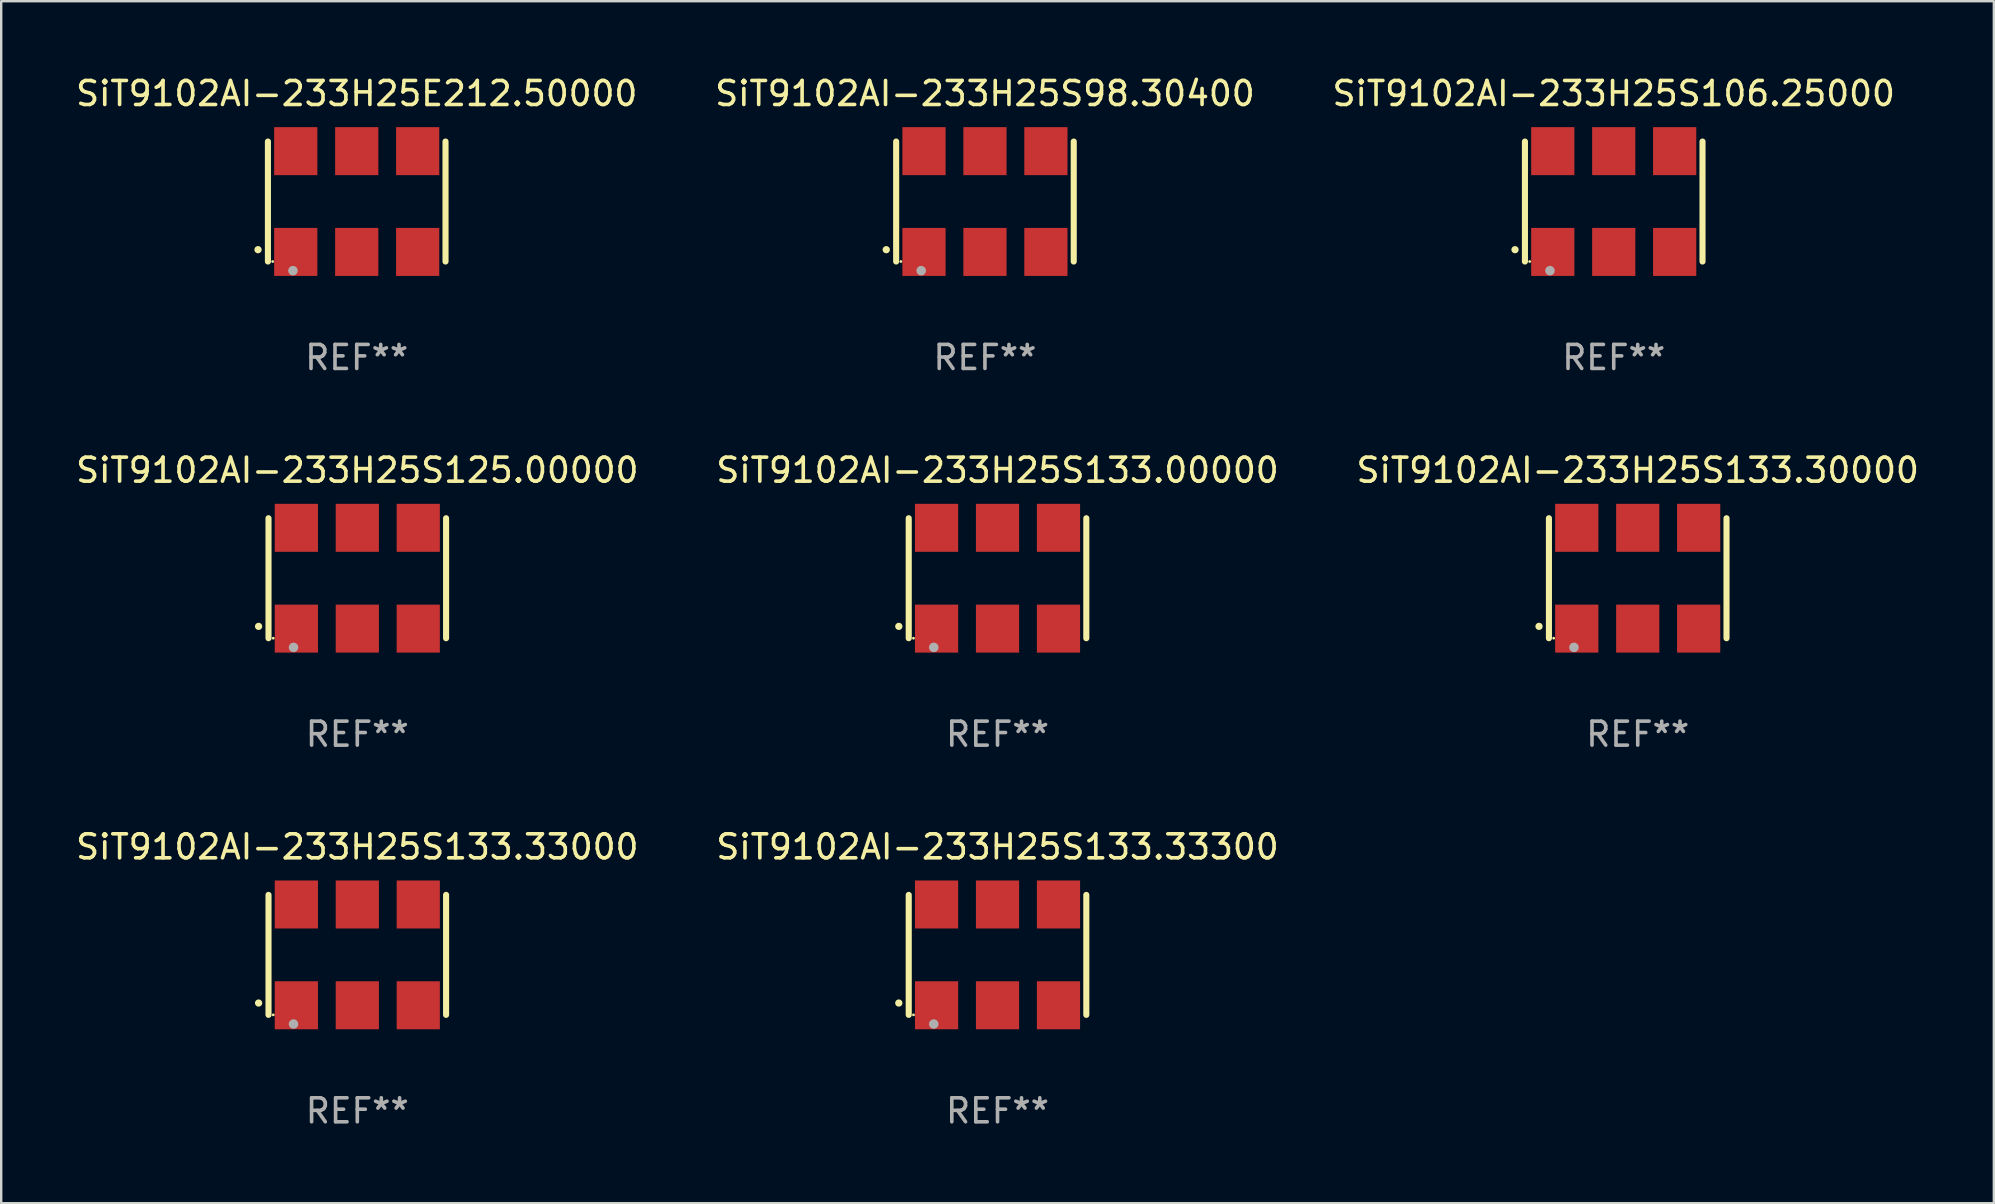
<source format=kicad_pcb>
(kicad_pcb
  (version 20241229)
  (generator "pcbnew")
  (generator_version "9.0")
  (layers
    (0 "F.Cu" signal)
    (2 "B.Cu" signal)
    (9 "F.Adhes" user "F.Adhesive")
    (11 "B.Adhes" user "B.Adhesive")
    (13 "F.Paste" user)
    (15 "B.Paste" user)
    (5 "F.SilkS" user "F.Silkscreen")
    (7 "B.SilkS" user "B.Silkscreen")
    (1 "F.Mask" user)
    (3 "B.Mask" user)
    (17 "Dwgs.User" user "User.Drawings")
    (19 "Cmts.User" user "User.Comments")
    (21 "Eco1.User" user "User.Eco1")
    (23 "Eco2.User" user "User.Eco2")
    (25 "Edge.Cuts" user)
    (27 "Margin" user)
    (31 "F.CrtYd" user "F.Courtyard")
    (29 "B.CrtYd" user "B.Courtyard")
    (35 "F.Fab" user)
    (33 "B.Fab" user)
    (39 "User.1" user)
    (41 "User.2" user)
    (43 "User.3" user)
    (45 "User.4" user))
  (footprint "SiT9102AI-233H25S133.33300"
    (layer "F.Cu")
    (at 38.518 36.741)
    (property "Reference" "SiT9102AI-233H25S133.33300" (at 0 -4.5 0) (layer "F.SilkS") (effects (font (size 1 1) (thickness 0.15))))
    (attr through_hole)
    (fp_line (start -3.7 -2.5) (end -3.7 2.5) (stroke (width 0.254) (type solid)) (layer "F.SilkS"))
    (fp_line (start 3.7 -2.5) (end 3.7 2.5) (stroke (width 0.254) (type solid)) (layer "F.SilkS"))
    (fp_arc (start -4.114415 2.006604) (mid -4.113145 2.006599) (end -4.111875 2.006604) (stroke (width 0.3) (type solid)) (layer "F.SilkS"))
    (fp_circle (center -3.502 2.5) (end -3.472 2.5) (stroke (width 0.06) (type solid)) (fill no) (layer "F.SilkS"))
    (fp_circle (center -2.657 2.882) (end -2.557 2.882) (stroke (width 0.2) (type solid)) (fill no) (layer "F.Fab"))
    (fp_text user "REF**" (at 0 6.5 0) (layer "F.Fab") (effects (font (size 1 1) (thickness 0.15))))
    (pad "1" smd rect (at -2.54 2.1) (size 1.8 2) (layers "F.Cu" "F.Mask" "F.Paste"))
    (pad "2" smd rect (at 0.000394 2.1) (size 1.8 2) (layers "F.Cu" "F.Mask" "F.Paste"))
    (pad "3" smd rect (at 2.54 2.1) (size 1.8 2) (layers "F.Cu" "F.Mask" "F.Paste"))
    (pad "4" smd rect (at 2.54 -2.1) (size 1.8 2) (layers "F.Cu" "F.Mask" "F.Paste"))
    (pad "5" smd rect (at 0.000394 -2.1) (size 1.8 2) (layers "F.Cu" "F.Mask" "F.Paste"))
    (pad "6" smd rect (at -2.54 -2.1) (size 1.8 2) (layers "F.Cu" "F.Mask" "F.Paste")))
  (footprint "SiT9102AI-233H25S133.00000"
    (layer "F.Cu")
    (at 38.518 21.045)
    (property "Reference" "SiT9102AI-233H25S133.00000" (at 0 -4.5 0) (layer "F.SilkS") (effects (font (size 1 1) (thickness 0.15))))
    (attr through_hole)
    (fp_line (start -3.7 -2.5) (end -3.7 2.5) (stroke (width 0.254) (type solid)) (layer "F.SilkS"))
    (fp_line (start 3.7 -2.5) (end 3.7 2.5) (stroke (width 0.254) (type solid)) (layer "F.SilkS"))
    (fp_arc (start -4.114415 2.006604) (mid -4.113145 2.006599) (end -4.111875 2.006604) (stroke (width 0.3) (type solid)) (layer "F.SilkS"))
    (fp_circle (center -3.502 2.5) (end -3.472 2.5) (stroke (width 0.06) (type solid)) (fill no) (layer "F.SilkS"))
    (fp_circle (center -2.657 2.882) (end -2.557 2.882) (stroke (width 0.2) (type solid)) (fill no) (layer "F.Fab"))
    (fp_text user "REF**" (at 0 6.5 0) (layer "F.Fab") (effects (font (size 1 1) (thickness 0.15))))
    (pad "1" smd rect (at -2.54 2.1) (size 1.8 2) (layers "F.Cu" "F.Mask" "F.Paste"))
    (pad "2" smd rect (at 0.000394 2.1) (size 1.8 2) (layers "F.Cu" "F.Mask" "F.Paste"))
    (pad "3" smd rect (at 2.54 2.1) (size 1.8 2) (layers "F.Cu" "F.Mask" "F.Paste"))
    (pad "4" smd rect (at 2.54 -2.1) (size 1.8 2) (layers "F.Cu" "F.Mask" "F.Paste"))
    (pad "5" smd rect (at 0.000394 -2.1) (size 1.8 2) (layers "F.Cu" "F.Mask" "F.Paste"))
    (pad "6" smd rect (at -2.54 -2.1) (size 1.8 2) (layers "F.Cu" "F.Mask" "F.Paste")))
  (footprint "SiT9102AI-233H25S133.33000"
    (layer "F.Cu")
    (at 11.839 36.741)
    (property "Reference" "SiT9102AI-233H25S133.33000" (at 0 -4.5 0) (layer "F.SilkS") (effects (font (size 1 1) (thickness 0.15))))
    (attr through_hole)
    (fp_line (start -3.7 -2.5) (end -3.7 2.5) (stroke (width 0.254) (type solid)) (layer "F.SilkS"))
    (fp_line (start 3.7 -2.5) (end 3.7 2.5) (stroke (width 0.254) (type solid)) (layer "F.SilkS"))
    (fp_arc (start -4.114415 2.006604) (mid -4.113145 2.006599) (end -4.111875 2.006604) (stroke (width 0.3) (type solid)) (layer "F.SilkS"))
    (fp_circle (center -3.502 2.5) (end -3.472 2.5) (stroke (width 0.06) (type solid)) (fill no) (layer "F.SilkS"))
    (fp_circle (center -2.657 2.882) (end -2.557 2.882) (stroke (width 0.2) (type solid)) (fill no) (layer "F.Fab"))
    (fp_text user "REF**" (at 0 6.5 0) (layer "F.Fab") (effects (font (size 1 1) (thickness 0.15))))
    (pad "1" smd rect (at -2.54 2.1) (size 1.8 2) (layers "F.Cu" "F.Mask" "F.Paste"))
    (pad "2" smd rect (at 0.000394 2.1) (size 1.8 2) (layers "F.Cu" "F.Mask" "F.Paste"))
    (pad "3" smd rect (at 2.54 2.1) (size 1.8 2) (layers "F.Cu" "F.Mask" "F.Paste"))
    (pad "4" smd rect (at 2.54 -2.1) (size 1.8 2) (layers "F.Cu" "F.Mask" "F.Paste"))
    (pad "5" smd rect (at 0.000394 -2.1) (size 1.8 2) (layers "F.Cu" "F.Mask" "F.Paste"))
    (pad "6" smd rect (at -2.54 -2.1) (size 1.8 2) (layers "F.Cu" "F.Mask" "F.Paste")))
  (footprint "SiT9102AI-233H25S106.25000"
    (layer "F.Cu")
    (at 64.196 5.348)
    (property "Reference" "SiT9102AI-233H25S106.25000" (at 0 -4.5 0) (layer "F.SilkS") (effects (font (size 1 1) (thickness 0.15))))
    (attr through_hole)
    (fp_line (start -3.7 -2.5) (end -3.7 2.5) (stroke (width 0.254) (type solid)) (layer "F.SilkS"))
    (fp_line (start 3.7 -2.5) (end 3.7 2.5) (stroke (width 0.254) (type solid)) (layer "F.SilkS"))
    (fp_arc (start -4.114415 2.006604) (mid -4.113145 2.006599) (end -4.111875 2.006604) (stroke (width 0.3) (type solid)) (layer "F.SilkS"))
    (fp_circle (center -3.502 2.5) (end -3.472 2.5) (stroke (width 0.06) (type solid)) (fill no) (layer "F.SilkS"))
    (fp_circle (center -2.657 2.882) (end -2.557 2.882) (stroke (width 0.2) (type solid)) (fill no) (layer "F.Fab"))
    (fp_text user "REF**" (at 0 6.5 0) (layer "F.Fab") (effects (font (size 1 1) (thickness 0.15))))
    (pad "1" smd rect (at -2.54 2.1) (size 1.8 2) (layers "F.Cu" "F.Mask" "F.Paste"))
    (pad "2" smd rect (at 0.000394 2.1) (size 1.8 2) (layers "F.Cu" "F.Mask" "F.Paste"))
    (pad "3" smd rect (at 2.54 2.1) (size 1.8 2) (layers "F.Cu" "F.Mask" "F.Paste"))
    (pad "4" smd rect (at 2.54 -2.1) (size 1.8 2) (layers "F.Cu" "F.Mask" "F.Paste"))
    (pad "5" smd rect (at 0.000394 -2.1) (size 1.8 2) (layers "F.Cu" "F.Mask" "F.Paste"))
    (pad "6" smd rect (at -2.54 -2.1) (size 1.8 2) (layers "F.Cu" "F.Mask" "F.Paste")))
  (footprint "SiT9102AI-233H25E212.50000"
    (layer "F.Cu")
    (at 11.815 5.348)
    (property "Reference" "SiT9102AI-233H25E212.50000" (at 0 -4.5 0) (layer "F.SilkS") (effects (font (size 1 1) (thickness 0.15))))
    (attr through_hole)
    (fp_line (start -3.7 -2.5) (end -3.7 2.5) (stroke (width 0.254) (type solid)) (layer "F.SilkS"))
    (fp_line (start 3.7 -2.5) (end 3.7 2.5) (stroke (width 0.254) (type solid)) (layer "F.SilkS"))
    (fp_arc (start -4.114415 2.006604) (mid -4.113145 2.006599) (end -4.111875 2.006604) (stroke (width 0.3) (type solid)) (layer "F.SilkS"))
    (fp_circle (center -3.502 2.5) (end -3.472 2.5) (stroke (width 0.06) (type solid)) (fill no) (layer "F.SilkS"))
    (fp_circle (center -2.657 2.882) (end -2.557 2.882) (stroke (width 0.2) (type solid)) (fill no) (layer "F.Fab"))
    (fp_text user "REF**" (at 0 6.5 0) (layer "F.Fab") (effects (font (size 1 1) (thickness 0.15))))
    (pad "1" smd rect (at -2.54 2.1) (size 1.8 2) (layers "F.Cu" "F.Mask" "F.Paste"))
    (pad "2" smd rect (at 0.000394 2.1) (size 1.8 2) (layers "F.Cu" "F.Mask" "F.Paste"))
    (pad "3" smd rect (at 2.54 2.1) (size 1.8 2) (layers "F.Cu" "F.Mask" "F.Paste"))
    (pad "4" smd rect (at 2.54 -2.1) (size 1.8 2) (layers "F.Cu" "F.Mask" "F.Paste"))
    (pad "5" smd rect (at 0.000394 -2.1) (size 1.8 2) (layers "F.Cu" "F.Mask" "F.Paste"))
    (pad "6" smd rect (at -2.54 -2.1) (size 1.8 2) (layers "F.Cu" "F.Mask" "F.Paste")))
  (footprint "SiT9102AI-233H25S98.30400"
    (layer "F.Cu")
    (at 37.994 5.348)
    (property "Reference" "SiT9102AI-233H25S98.30400" (at 0 -4.5 0) (layer "F.SilkS") (effects (font (size 1 1) (thickness 0.15))))
    (attr through_hole)
    (fp_line (start -3.7 -2.5) (end -3.7 2.5) (stroke (width 0.254) (type solid)) (layer "F.SilkS"))
    (fp_line (start 3.7 -2.5) (end 3.7 2.5) (stroke (width 0.254) (type solid)) (layer "F.SilkS"))
    (fp_arc (start -4.114415 2.006604) (mid -4.113145 2.006599) (end -4.111875 2.006604) (stroke (width 0.3) (type solid)) (layer "F.SilkS"))
    (fp_circle (center -3.502 2.5) (end -3.472 2.5) (stroke (width 0.06) (type solid)) (fill no) (layer "F.SilkS"))
    (fp_circle (center -2.657 2.882) (end -2.557 2.882) (stroke (width 0.2) (type solid)) (fill no) (layer "F.Fab"))
    (fp_text user "REF**" (at 0 6.5 0) (layer "F.Fab") (effects (font (size 1 1) (thickness 0.15))))
    (pad "1" smd rect (at -2.54 2.1) (size 1.8 2) (layers "F.Cu" "F.Mask" "F.Paste"))
    (pad "2" smd rect (at 0.000394 2.1) (size 1.8 2) (layers "F.Cu" "F.Mask" "F.Paste"))
    (pad "3" smd rect (at 2.54 2.1) (size 1.8 2) (layers "F.Cu" "F.Mask" "F.Paste"))
    (pad "4" smd rect (at 2.54 -2.1) (size 1.8 2) (layers "F.Cu" "F.Mask" "F.Paste"))
    (pad "5" smd rect (at 0.000394 -2.1) (size 1.8 2) (layers "F.Cu" "F.Mask" "F.Paste"))
    (pad "6" smd rect (at -2.54 -2.1) (size 1.8 2) (layers "F.Cu" "F.Mask" "F.Paste")))
  (footprint "SiT9102AI-233H25S125.00000"
    (layer "F.Cu")
    (at 11.839 21.045)
    (property "Reference" "SiT9102AI-233H25S125.00000" (at 0 -4.5 0) (layer "F.SilkS") (effects (font (size 1 1) (thickness 0.15))))
    (attr through_hole)
    (fp_line (start -3.7 -2.5) (end -3.7 2.5) (stroke (width 0.254) (type solid)) (layer "F.SilkS"))
    (fp_line (start 3.7 -2.5) (end 3.7 2.5) (stroke (width 0.254) (type solid)) (layer "F.SilkS"))
    (fp_arc (start -4.114415 2.006604) (mid -4.113145 2.006599) (end -4.111875 2.006604) (stroke (width 0.3) (type solid)) (layer "F.SilkS"))
    (fp_circle (center -3.502 2.5) (end -3.472 2.5) (stroke (width 0.06) (type solid)) (fill no) (layer "F.SilkS"))
    (fp_circle (center -2.657 2.882) (end -2.557 2.882) (stroke (width 0.2) (type solid)) (fill no) (layer "F.Fab"))
    (fp_text user "REF**" (at 0 6.5 0) (layer "F.Fab") (effects (font (size 1 1) (thickness 0.15))))
    (pad "1" smd rect (at -2.54 2.1) (size 1.8 2) (layers "F.Cu" "F.Mask" "F.Paste"))
    (pad "2" smd rect (at 0.000394 2.1) (size 1.8 2) (layers "F.Cu" "F.Mask" "F.Paste"))
    (pad "3" smd rect (at 2.54 2.1) (size 1.8 2) (layers "F.Cu" "F.Mask" "F.Paste"))
    (pad "4" smd rect (at 2.54 -2.1) (size 1.8 2) (layers "F.Cu" "F.Mask" "F.Paste"))
    (pad "5" smd rect (at 0.000394 -2.1) (size 1.8 2) (layers "F.Cu" "F.Mask" "F.Paste"))
    (pad "6" smd rect (at -2.54 -2.1) (size 1.8 2) (layers "F.Cu" "F.Mask" "F.Paste")))
  (footprint "SiT9102AI-233H25S133.30000"
    (layer "F.Cu")
    (at 65.196 21.045)
    (property "Reference" "SiT9102AI-233H25S133.30000" (at 0 -4.5 0) (layer "F.SilkS") (effects (font (size 1 1) (thickness 0.15))))
    (attr through_hole)
    (fp_line (start -3.7 -2.5) (end -3.7 2.5) (stroke (width 0.254) (type solid)) (layer "F.SilkS"))
    (fp_line (start 3.7 -2.5) (end 3.7 2.5) (stroke (width 0.254) (type solid)) (layer "F.SilkS"))
    (fp_arc (start -4.114415 2.006604) (mid -4.113145 2.006599) (end -4.111875 2.006604) (stroke (width 0.3) (type solid)) (layer "F.SilkS"))
    (fp_circle (center -3.502 2.5) (end -3.472 2.5) (stroke (width 0.06) (type solid)) (fill no) (layer "F.SilkS"))
    (fp_circle (center -2.657 2.882) (end -2.557 2.882) (stroke (width 0.2) (type solid)) (fill no) (layer "F.Fab"))
    (fp_text user "REF**" (at 0 6.5 0) (layer "F.Fab") (effects (font (size 1 1) (thickness 0.15))))
    (pad "1" smd rect (at -2.54 2.1) (size 1.8 2) (layers "F.Cu" "F.Mask" "F.Paste"))
    (pad "2" smd rect (at 0.000394 2.1) (size 1.8 2) (layers "F.Cu" "F.Mask" "F.Paste"))
    (pad "3" smd rect (at 2.54 2.1) (size 1.8 2) (layers "F.Cu" "F.Mask" "F.Paste"))
    (pad "4" smd rect (at 2.54 -2.1) (size 1.8 2) (layers "F.Cu" "F.Mask" "F.Paste"))
    (pad "5" smd rect (at 0.000394 -2.1) (size 1.8 2) (layers "F.Cu" "F.Mask" "F.Paste"))
    (pad "6" smd rect (at -2.54 -2.1) (size 1.8 2) (layers "F.Cu" "F.Mask" "F.Paste")))
  (gr_rect
    (start -3 -3)
    (end 80.036 47.09)
    (stroke (width 0.1) (type default))
    (fill no)
    (layer "Edge.Cuts")))
</source>
